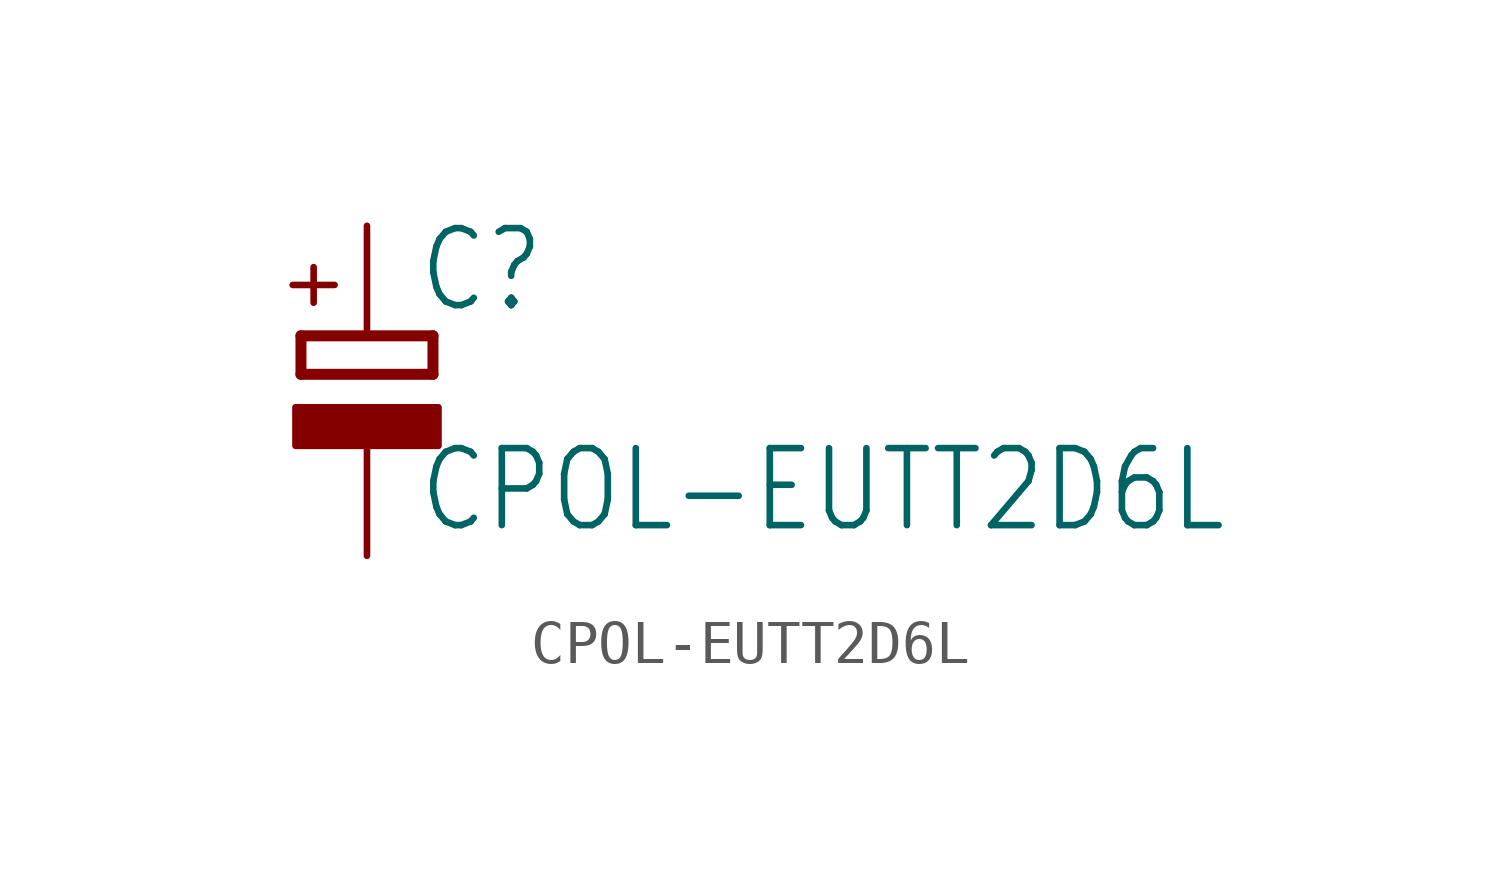
<source format=kicad_sym>
(kicad_symbol_lib
  (version 20211014)
  (generator kicad_symbol_editor)
  (symbol "CPOL-EUTT2D6L"
    (property "Reference" "C"
      (at 1.143 0.483 0)
      (effects (font (size 1.778 1.511)) (justify left bottom)))
    (property "Value" "CPOL-EUTT2D6L"
      (at 1.143 -4.597 0)
      (effects (font (size 1.778 1.511)) (justify left bottom)))
    (property "ki_locked" ""
      (at 0 0 0)
      (effects (font (size 1.27 1.27))))
    (symbol "CPOL-EUTT2D6L_1_0"
      (rectangle (start -1.651 -2.54) (end 1.651 -1.651) (stroke (width 0) (type default) (color 0 0 0 0)) (fill (type outline)))
      (polyline (pts (xy -1.524 -0.889) (xy 1.524 -0.889)) (stroke (width 0.254) (type default) (color 0 0 0 0)) (fill (type none)))
      (polyline (pts (xy -1.524 0) (xy -1.524 -0.889)) (stroke (width 0.254) (type default) (color 0 0 0 0)) (fill (type none)))
      (polyline (pts (xy -1.524 0) (xy 1.524 0)) (stroke (width 0.254) (type default) (color 0 0 0 0)) (fill (type none)))
      (polyline (pts (xy 1.524 -0.889) (xy 1.524 0)) (stroke (width 0.254) (type default) (color 0 0 0 0)) (fill (type none)))
      (text "+" (at -0.584 0.406 900) (effects (font (size 1.27 1.079)) (justify left bottom)))
      (pin passive line (at 0 2.54 270) (length 2.54) (name "+" (effects (font (size 0 0)))) (number "+" (effects (font (size 0 0)))))
      (pin passive line (at 0 -5.08 90) (length 2.54) (name "-" (effects (font (size 0 0)))) (number "-" (effects (font (size 0 0))))))))
</source>
